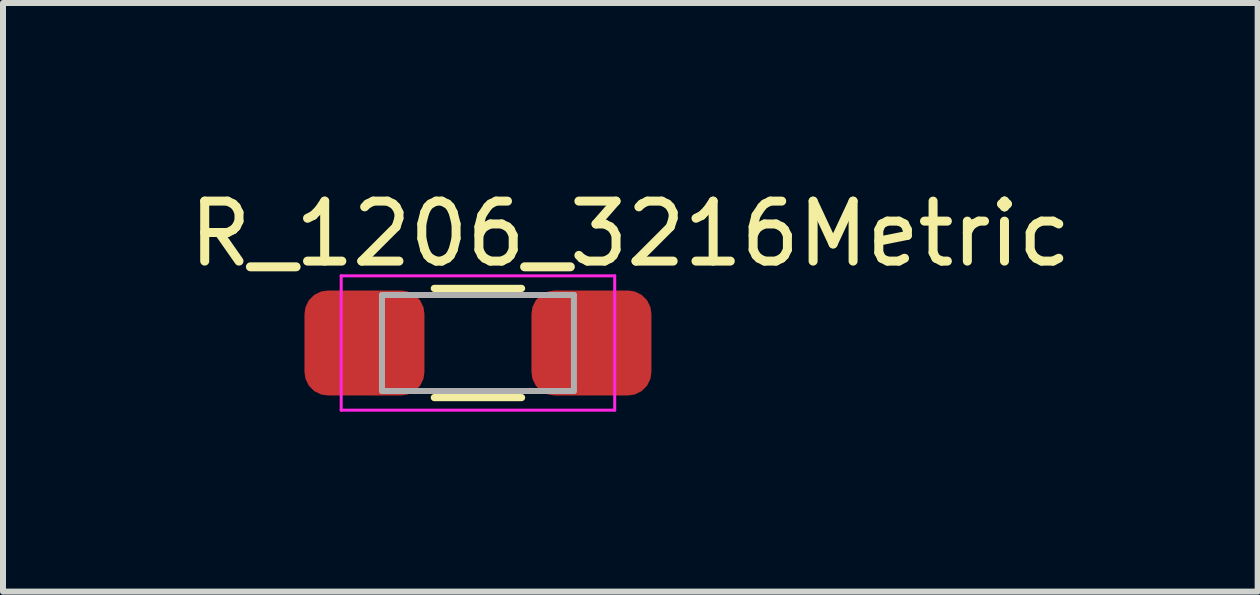
<source format=kicad_pcb>
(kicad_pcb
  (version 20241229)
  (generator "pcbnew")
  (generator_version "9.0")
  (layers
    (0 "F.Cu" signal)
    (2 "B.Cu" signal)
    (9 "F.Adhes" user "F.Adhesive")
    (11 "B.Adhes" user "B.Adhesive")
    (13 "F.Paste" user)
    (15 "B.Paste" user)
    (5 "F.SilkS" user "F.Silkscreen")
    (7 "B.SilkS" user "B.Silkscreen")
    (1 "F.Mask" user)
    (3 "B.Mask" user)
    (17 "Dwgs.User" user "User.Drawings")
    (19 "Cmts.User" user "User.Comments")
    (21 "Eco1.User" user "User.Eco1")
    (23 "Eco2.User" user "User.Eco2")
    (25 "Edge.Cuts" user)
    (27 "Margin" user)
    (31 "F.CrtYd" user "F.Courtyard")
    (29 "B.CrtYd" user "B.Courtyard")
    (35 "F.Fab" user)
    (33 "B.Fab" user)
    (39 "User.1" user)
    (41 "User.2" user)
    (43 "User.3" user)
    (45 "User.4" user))
  (footprint "R_1206_3216Metric"
    (layer "F.Cu")
    (at 4.918 2.668)
    (property "Reference" "R_1206_3216Metric" (at 2.54 -1.82 180) (layer "F.SilkS") (effects (font (size 1 1) (thickness 0.15))))
    (attr smd)
    (fp_line (start -0.727 -0.91) (end 0.727 -0.91) (stroke (width 0.12) (type solid)) (layer "F.SilkS"))
    (fp_line (start -0.727 0.91) (end 0.727 0.91) (stroke (width 0.12) (type solid)) (layer "F.SilkS"))
    (fp_line (start -2.28 -1.12) (end 2.28 -1.12) (stroke (width 0.05) (type solid)) (layer "F.CrtYd"))
    (fp_line (start -2.28 1.12) (end -2.28 -1.12) (stroke (width 0.05) (type solid)) (layer "F.CrtYd"))
    (fp_line (start 2.28 -1.12) (end 2.28 1.12) (stroke (width 0.05) (type solid)) (layer "F.CrtYd"))
    (fp_line (start 2.28 1.12) (end -2.28 1.12) (stroke (width 0.05) (type solid)) (layer "F.CrtYd"))
    (fp_line (start -1.6 -0.8) (end 1.6 -0.8) (stroke (width 0.1) (type solid)) (layer "F.Fab"))
    (fp_line (start -1.6 0.8) (end -1.6 -0.8) (stroke (width 0.1) (type solid)) (layer "F.Fab"))
    (fp_line (start 1.6 -0.8) (end 1.6 0.8) (stroke (width 0.1) (type solid)) (layer "F.Fab"))
    (fp_line (start 1.6 0.8) (end -1.6 0.8) (stroke (width 0.1) (type solid)) (layer "F.Fab"))
    (pad "1" smd roundrect (at -1.462 0) (size 2 1.75) (drill (offset -0.43 0)) (layers "F.Cu" "F.Mask" "F.Paste") (roundrect_rratio 0.222))
    (pad "2" smd roundrect (at 1.462 0) (size 2 1.75) (drill (offset 0.43 0)) (layers "F.Cu" "F.Mask" "F.Paste") (roundrect_rratio 0.222)))
  (gr_rect
    (start -3 -3)
    (end 17.917 6.813)
    (stroke (width 0.1) (type default))
    (fill no)
    (layer "Edge.Cuts")))
</source>
